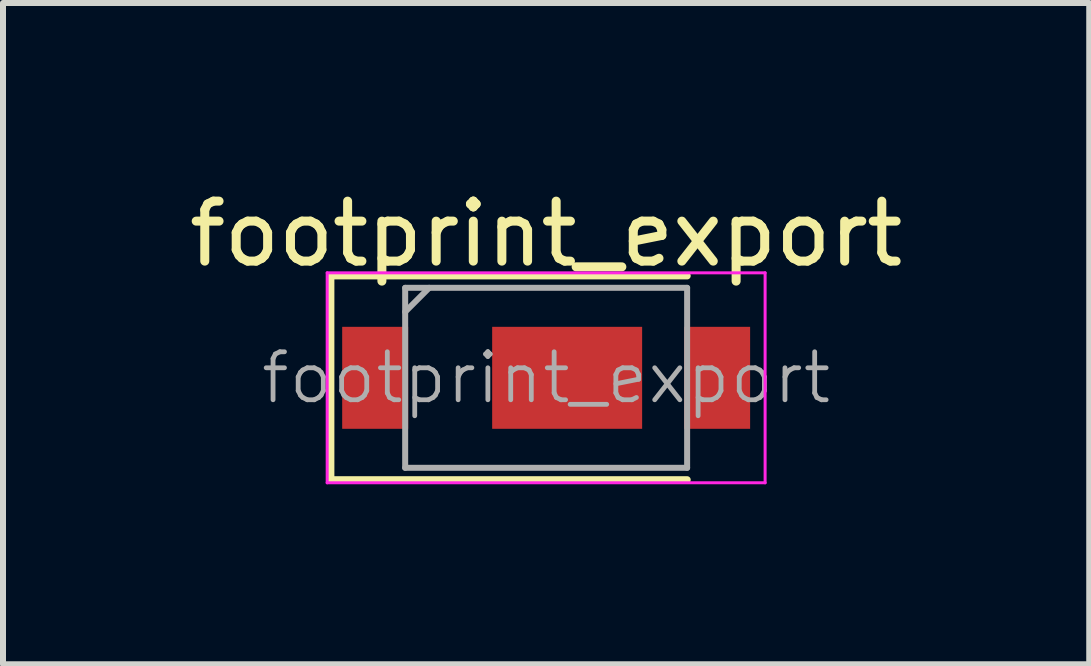
<source format=kicad_pcb>
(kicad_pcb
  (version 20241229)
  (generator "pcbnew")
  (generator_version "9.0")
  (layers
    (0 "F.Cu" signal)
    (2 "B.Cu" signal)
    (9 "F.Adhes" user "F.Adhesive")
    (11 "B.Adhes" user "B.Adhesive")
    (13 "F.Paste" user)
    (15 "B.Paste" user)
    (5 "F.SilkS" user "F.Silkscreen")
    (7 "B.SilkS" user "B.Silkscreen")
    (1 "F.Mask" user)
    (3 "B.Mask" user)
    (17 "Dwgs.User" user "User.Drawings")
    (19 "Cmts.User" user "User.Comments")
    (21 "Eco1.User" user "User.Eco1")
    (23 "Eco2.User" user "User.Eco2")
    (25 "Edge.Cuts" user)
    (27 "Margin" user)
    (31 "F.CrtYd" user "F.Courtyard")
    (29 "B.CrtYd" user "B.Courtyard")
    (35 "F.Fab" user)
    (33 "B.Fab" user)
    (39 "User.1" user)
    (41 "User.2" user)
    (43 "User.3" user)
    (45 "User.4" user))
  (footprint "footprint_export"
    (layer "F.Cu")
    (at 6.054 3.248)
    (property "Reference" "footprint_export" (at 0 -2.4 0) (layer "F.SilkS") (effects (font (size 1 1) (thickness 0.15))))
    (attr smd)
    (fp_line (start -3.59 -1.7) (end 2.35 -1.7) (stroke (width 0.12) (type solid)) (layer "F.SilkS"))
    (fp_line (start -3.59 1.7) (end -3.59 -1.7) (stroke (width 0.12) (type solid)) (layer "F.SilkS"))
    (fp_line (start 2.35 1.7) (end -3.59 1.7) (stroke (width 0.12) (type solid)) (layer "F.SilkS"))
    (fp_line (start -3.65 -1.75) (end 3.65 -1.75) (stroke (width 0.05) (type solid)) (layer "F.CrtYd"))
    (fp_line (start -3.65 1.75) (end -3.65 -1.75) (stroke (width 0.05) (type solid)) (layer "F.CrtYd"))
    (fp_line (start 3.65 -1.75) (end 3.65 1.75) (stroke (width 0.05) (type solid)) (layer "F.CrtYd"))
    (fp_line (start 3.65 1.75) (end -3.65 1.75) (stroke (width 0.05) (type solid)) (layer "F.CrtYd"))
    (fp_line (start -2.35 -1.5) (end 2.35 -1.5) (stroke (width 0.1) (type solid)) (layer "F.Fab"))
    (fp_line (start -2.35 -1.1) (end -1.95 -1.5) (stroke (width 0.1) (type solid)) (layer "F.Fab"))
    (fp_line (start -2.35 1.5) (end -2.35 -1.5) (stroke (width 0.1) (type solid)) (layer "F.Fab"))
    (fp_line (start 2.35 -1.5) (end 2.35 1.5) (stroke (width 0.1) (type solid)) (layer "F.Fab"))
    (fp_line (start 2.35 1.5) (end -2.35 1.5) (stroke (width 0.1) (type solid)) (layer "F.Fab"))
    (fp_text user "${REFERENCE}" (at 0 0 0) (layer "F.Fab") (effects (font (size 0.8 0.8) (thickness 0.08))))
    (pad "1" smd rect (at -2.85 0) (size 1.1 1.7) (layers "F.Cu" "F.Mask" "F.Paste"))
    (pad "2" smd rect (at 0.35 0) (size 2.5 1.7) (layers "F.Cu" "F.Mask" "F.Paste"))
    (pad "2" smd rect (at 2.85 0) (size 1.1 1.7) (layers "F.Cu" "F.Mask" "F.Paste")))
  (gr_rect
    (start -3 -3)
    (end 15.107 8.023)
    (stroke (width 0.1) (type default))
    (fill no)
    (layer "Edge.Cuts")))
</source>
